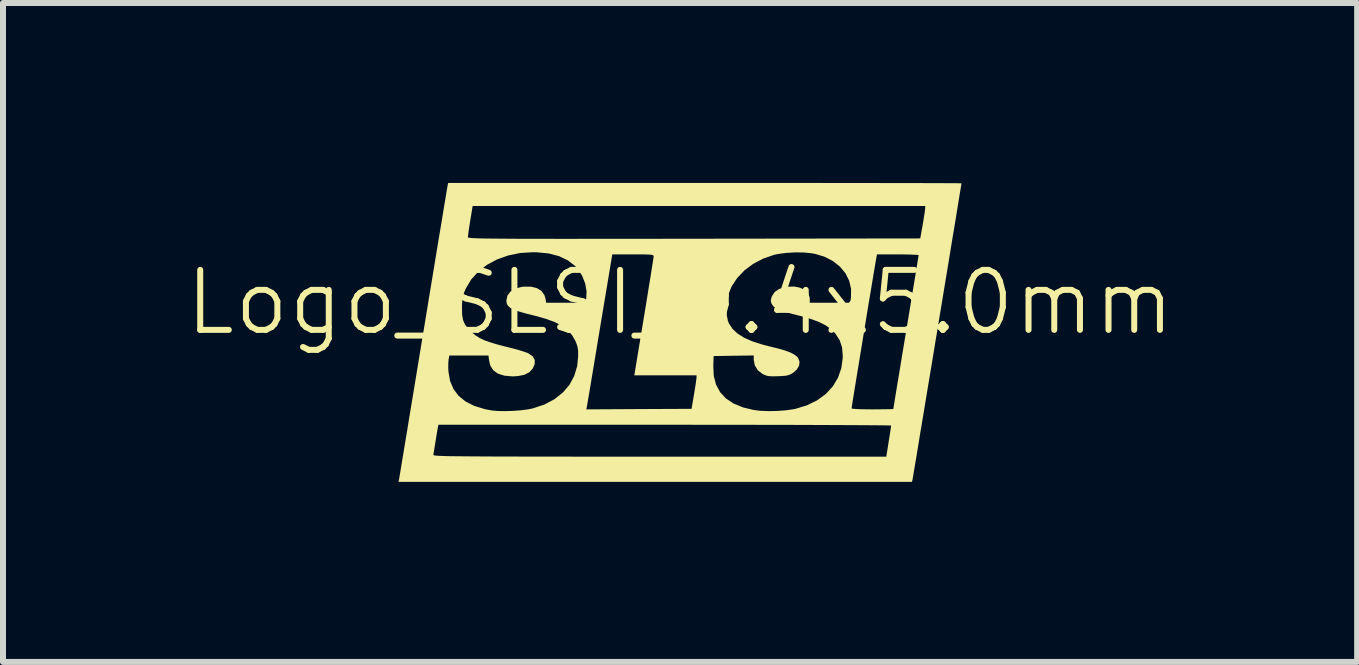
<source format=kicad_pcb>
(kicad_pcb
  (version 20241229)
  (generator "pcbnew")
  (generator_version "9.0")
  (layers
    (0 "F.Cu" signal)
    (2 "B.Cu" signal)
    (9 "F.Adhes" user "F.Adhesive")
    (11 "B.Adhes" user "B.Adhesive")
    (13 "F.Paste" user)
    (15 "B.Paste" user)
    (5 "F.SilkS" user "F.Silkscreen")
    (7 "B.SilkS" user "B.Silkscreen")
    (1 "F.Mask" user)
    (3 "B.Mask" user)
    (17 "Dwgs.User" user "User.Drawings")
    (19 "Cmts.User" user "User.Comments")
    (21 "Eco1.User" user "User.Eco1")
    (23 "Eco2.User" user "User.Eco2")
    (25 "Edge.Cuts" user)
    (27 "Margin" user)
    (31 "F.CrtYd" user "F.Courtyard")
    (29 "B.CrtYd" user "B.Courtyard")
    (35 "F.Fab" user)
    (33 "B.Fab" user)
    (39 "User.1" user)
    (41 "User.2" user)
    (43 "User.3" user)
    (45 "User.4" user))
  (footprint "Logo_SLSI_9.4x5.0mm"
    (layer "F.Cu")
    (at 8.288 2.492)
    (property "Reference" "Logo_SLSI_9.4x5.0mm" (at 0 -0.5 0) (unlocked yes) (layer "F.SilkS") (effects (font (size 1 1) (thickness 0.1))))
    (attr board_only exclude_from_pos_files exclude_from_bom allow_missing_courtyard)
    (fp_poly (pts (xy 0.806 -2.492) (xy 1.19 -2.492) (xy 1.562 -2.492) (xy 1.921 -2.492) (xy 2.266 -2.492) (xy 2.594 -2.491) (xy 2.905 -2.491) (xy 3.196 -2.491) (xy 3.467 -2.49) (xy 3.714 -2.49) (xy 3.938 -2.49) (xy 4.136 -2.489) (xy 4.306 -2.489) (xy 4.447 -2.488) (xy 4.558 -2.488) (xy 4.637 -2.487) (xy 4.681 -2.486) (xy 4.691 -2.486) (xy 4.689 -2.467) (xy 4.68 -2.414) (xy 4.666 -2.33) (xy 4.648 -2.218) (xy 4.625 -2.079) (xy 4.599 -1.917) (xy 4.569 -1.734) (xy 4.535 -1.533) (xy 4.5 -1.316) (xy 4.462 -1.085) (xy 4.422 -0.844) (xy 4.381 -0.595) (xy 4.339 -0.34) (xy 4.296 -0.081) (xy 4.253 0.178) (xy 4.211 0.435) (xy 4.169 0.687) (xy 4.128 0.933) (xy 4.089 1.169) (xy 4.052 1.393) (xy 4.017 1.602) (xy 3.985 1.795) (xy 3.957 1.967) (xy 3.932 2.118) (xy 3.911 2.243) (xy 3.894 2.342) (xy 3.883 2.41) (xy 3.877 2.446) (xy 3.876 2.451) (xy 3.866 2.492) (xy -0.414 2.492) (xy -4.694 2.492) (xy -4.684 2.442) (xy -4.68 2.418) (xy -4.67 2.36) (xy -4.655 2.27) (xy -4.636 2.151) (xy -4.617 2.039) (xy -4.113 2.039) (xy -4.113 2.042) (xy -4.109 2.046) (xy -4.1 2.049) (xy -4.084 2.052) (xy -4.06 2.055) (xy -4.027 2.057) (xy -3.984 2.059) (xy -3.927 2.061) (xy -3.857 2.063) (xy -3.772 2.064) (xy -3.67 2.065) (xy -3.549 2.066) (xy -3.409 2.067) (xy -3.248 2.068) (xy -3.064 2.069) (xy -2.857 2.069) (xy -2.623 2.07) (xy -2.363 2.07) (xy -2.074 2.07) (xy -1.755 2.071) (xy -1.405 2.071) (xy -1.022 2.071) (xy -0.605 2.071) (xy -0.341 2.071) (xy 3.438 2.071) (xy 3.478 1.819) (xy 3.493 1.727) (xy 3.505 1.648) (xy 3.514 1.588) (xy 3.519 1.556) (xy 3.519 1.553) (xy 3.501 1.552) (xy 3.448 1.55) (xy 3.362 1.549) (xy 3.244 1.548) (xy 3.096 1.547) (xy 2.921 1.546) (xy 2.718 1.545) (xy 2.492 1.544) (xy 2.242 1.543) (xy 1.971 1.542) (xy 1.68 1.541) (xy 1.372 1.541) (xy 1.048 1.54) (xy 0.709 1.54) (xy 0.357 1.54) (xy -0.006 1.539) (xy -0.255 1.539) (xy -4.029 1.539) (xy -4.039 1.59) (xy -4.046 1.629) (xy -4.057 1.694) (xy -4.07 1.774) (xy -4.078 1.823) (xy -4.091 1.904) (xy -4.102 1.974) (xy -4.11 2.023) (xy -4.113 2.039) (xy -4.617 2.039) (xy -4.611 2.004) (xy -4.583 1.831) (xy -4.55 1.636) (xy -4.515 1.419) (xy -4.476 1.184) (xy -4.434 0.931) (xy -4.39 0.665) (xy -4.376 0.577) (xy -3.865 0.577) (xy -3.862 0.651) (xy -3.835 0.808) (xy -3.778 0.943) (xy -3.693 1.057) (xy -3.577 1.151) (xy -3.431 1.225) (xy -3.255 1.279) (xy -3.14 1.301) (xy -3.041 1.31) (xy -2.918 1.312) (xy -2.784 1.308) (xy -2.651 1.298) (xy -2.539 1.283) (xy -1.562 1.283) (xy -0.686 1.278) (xy 0.191 1.274) (xy 0.232 1.035) (xy 0.247 0.943) (xy 0.26 0.86) (xy 0.269 0.796) (xy 0.274 0.759) (xy 0.274 0.756) (xy 0.275 0.715) (xy -0.244 0.715) (xy -0.763 0.715) (xy -0.737 0.557) (xy 0.554 0.557) (xy 0.562 0.725) (xy 0.6 0.871) (xy 0.668 0.997) (xy 0.765 1.101) (xy 0.893 1.186) (xy 1.052 1.251) (xy 1.228 1.293) (xy 1.342 1.307) (xy 1.478 1.312) (xy 1.625 1.309) (xy 1.767 1.298) (xy 1.894 1.28) (xy 1.924 1.274) (xy 1.946 1.267) (xy 2.859 1.267) (xy 2.876 1.272) (xy 2.925 1.276) (xy 2.998 1.28) (xy 3.092 1.282) (xy 3.2 1.283) (xy 3.207 1.283) (xy 3.315 1.282) (xy 3.41 1.281) (xy 3.485 1.28) (xy 3.536 1.278) (xy 3.555 1.276) (xy 3.555 1.276) (xy 3.558 1.257) (xy 3.567 1.205) (xy 3.58 1.122) (xy 3.598 1.012) (xy 3.62 0.878) (xy 3.646 0.722) (xy 3.675 0.547) (xy 3.706 0.357) (xy 3.74 0.153) (xy 3.766 -0.003) (xy 3.801 -0.214) (xy 3.834 -0.415) (xy 3.865 -0.602) (xy 3.893 -0.772) (xy 3.918 -0.924) (xy 3.939 -1.052) (xy 3.956 -1.156) (xy 3.968 -1.232) (xy 3.975 -1.276) (xy 3.977 -1.287) (xy 3.959 -1.292) (xy 3.911 -1.295) (xy 3.837 -1.298) (xy 3.744 -1.3) (xy 3.636 -1.301) (xy 3.63 -1.301) (xy 3.283 -1.301) (xy 3.273 -1.251) (xy 3.268 -1.223) (xy 3.258 -1.163) (xy 3.243 -1.075) (xy 3.224 -0.963) (xy 3.202 -0.829) (xy 3.177 -0.678) (xy 3.149 -0.513) (xy 3.12 -0.338) (xy 3.09 -0.156) (xy 3.06 0.029) (xy 3.03 0.214) (xy 3 0.394) (xy 2.972 0.567) (xy 2.945 0.73) (xy 2.921 0.877) (xy 2.9 1.006) (xy 2.883 1.113) (xy 2.87 1.194) (xy 2.862 1.247) (xy 2.859 1.267) (xy 1.946 1.267) (xy 2.117 1.215) (xy 2.285 1.132) (xy 2.429 1.027) (xy 2.545 0.901) (xy 2.632 0.757) (xy 2.688 0.597) (xy 2.712 0.421) (xy 2.712 0.384) (xy 2.7 0.248) (xy 2.661 0.131) (xy 2.593 0.025) (xy 2.572 0.000397) (xy 2.504 -0.064) (xy 2.422 -0.121) (xy 2.32 -0.172) (xy 2.195 -0.219) (xy 2.04 -0.266) (xy 1.933 -0.293) (xy 1.806 -0.326) (xy 1.71 -0.355) (xy 1.639 -0.381) (xy 1.589 -0.408) (xy 1.554 -0.437) (xy 1.53 -0.472) (xy 1.525 -0.481) (xy 1.513 -0.519) (xy 1.516 -0.558) (xy 1.532 -0.604) (xy 1.577 -0.674) (xy 1.65 -0.724) (xy 1.753 -0.755) (xy 1.792 -0.762) (xy 1.902 -0.765) (xy 1.999 -0.746) (xy 2.078 -0.707) (xy 2.134 -0.652) (xy 2.161 -0.582) (xy 2.162 -0.558) (xy 2.162 -0.495) (xy 2.5 -0.495) (xy 2.837 -0.495) (xy 2.849 -0.582) (xy 2.851 -0.726) (xy 2.819 -0.862) (xy 2.757 -0.986) (xy 2.666 -1.096) (xy 2.55 -1.189) (xy 2.411 -1.261) (xy 2.253 -1.309) (xy 2.19 -1.32) (xy 2.059 -1.333) (xy 1.912 -1.334) (xy 1.764 -1.325) (xy 1.63 -1.307) (xy 1.567 -1.293) (xy 1.384 -1.23) (xy 1.218 -1.142) (xy 1.073 -1.034) (xy 0.952 -0.907) (xy 0.859 -0.766) (xy 0.798 -0.614) (xy 0.786 -0.566) (xy 0.774 -0.478) (xy 0.773 -0.38) (xy 0.78 -0.282) (xy 0.796 -0.198) (xy 0.814 -0.15) (xy 0.874 -0.06) (xy 0.958 0.019) (xy 1.067 0.088) (xy 1.205 0.149) (xy 1.375 0.203) (xy 1.487 0.232) (xy 1.633 0.268) (xy 1.748 0.301) (xy 1.835 0.333) (xy 1.899 0.365) (xy 1.944 0.399) (xy 1.967 0.425) (xy 1.992 0.487) (xy 1.984 0.554) (xy 1.946 0.619) (xy 1.884 0.674) (xy 1.843 0.698) (xy 1.803 0.713) (xy 1.753 0.723) (xy 1.683 0.728) (xy 1.632 0.73) (xy 1.546 0.732) (xy 1.486 0.729) (xy 1.441 0.721) (xy 1.401 0.705) (xy 1.376 0.693) (xy 1.297 0.632) (xy 1.246 0.551) (xy 1.228 0.457) (xy 1.228 0.453) (xy 1.228 0.384) (xy 0.893 0.389) (xy 0.559 0.394) (xy 0.554 0.557) (xy -0.737 0.557) (xy -0.602 -0.261) (xy -0.571 -0.446) (xy -0.543 -0.621) (xy -0.517 -0.783) (xy -0.493 -0.927) (xy -0.474 -1.05) (xy -0.458 -1.149) (xy -0.447 -1.221) (xy -0.441 -1.261) (xy -0.44 -1.269) (xy -0.443 -1.28) (xy -0.454 -1.289) (xy -0.478 -1.294) (xy -0.52 -1.298) (xy -0.585 -1.3) (xy -0.678 -1.301) (xy -0.785 -1.301) (xy -1.13 -1.301) (xy -1.337 -0.06) (xy -1.372 0.15) (xy -1.405 0.351) (xy -1.436 0.538) (xy -1.465 0.71) (xy -1.49 0.862) (xy -1.512 0.993) (xy -1.53 1.098) (xy -1.543 1.175) (xy -1.551 1.221) (xy -1.553 1.233) (xy -1.562 1.283) (xy -2.539 1.283) (xy -2.532 1.282) (xy -2.453 1.266) (xy -2.261 1.202) (xy -2.095 1.114) (xy -1.956 1.004) (xy -1.845 0.875) (xy -1.765 0.726) (xy -1.715 0.561) (xy -1.699 0.394) (xy -1.7 0.308) (xy -1.709 0.243) (xy -1.728 0.183) (xy -1.744 0.145) (xy -1.799 0.048) (xy -1.871 -0.035) (xy -1.963 -0.106) (xy -2.079 -0.168) (xy -2.223 -0.222) (xy -2.399 -0.273) (xy -2.445 -0.284) (xy -2.587 -0.32) (xy -2.697 -0.352) (xy -2.778 -0.382) (xy -2.835 -0.413) (xy -2.871 -0.446) (xy -2.89 -0.484) (xy -2.896 -0.529) (xy -2.896 -0.532) (xy -2.879 -0.613) (xy -2.83 -0.679) (xy -2.752 -0.728) (xy -2.646 -0.758) (xy -2.607 -0.763) (xy -2.487 -0.763) (xy -2.388 -0.739) (xy -2.311 -0.692) (xy -2.262 -0.623) (xy -2.245 -0.567) (xy -2.233 -0.495) (xy -1.905 -0.495) (xy -1.578 -0.495) (xy -1.565 -0.561) (xy -1.559 -0.685) (xy -1.582 -0.816) (xy -1.632 -0.943) (xy -1.704 -1.057) (xy -1.749 -1.107) (xy -1.872 -1.202) (xy -2.019 -1.272) (xy -2.191 -1.317) (xy -2.39 -1.336) (xy -2.452 -1.337) (xy -2.666 -1.324) (xy -2.868 -1.282) (xy -3.053 -1.216) (xy -3.22 -1.126) (xy -3.364 -1.014) (xy -3.483 -0.882) (xy -3.572 -0.732) (xy -3.594 -0.682) (xy -3.617 -0.614) (xy -3.63 -0.541) (xy -3.636 -0.451) (xy -3.636 -0.403) (xy -3.633 -0.29) (xy -3.617 -0.202) (xy -3.584 -0.129) (xy -3.531 -0.059) (xy -3.473 -0.002) (xy -3.413 0.047) (xy -3.347 0.09) (xy -3.269 0.128) (xy -3.172 0.163) (xy -3.051 0.2) (xy -2.901 0.239) (xy -2.893 0.241) (xy -2.788 0.267) (xy -2.69 0.294) (xy -2.608 0.319) (xy -2.549 0.34) (xy -2.528 0.349) (xy -2.458 0.398) (xy -2.423 0.458) (xy -2.424 0.528) (xy -2.456 0.601) (xy -2.513 0.664) (xy -2.595 0.706) (xy -2.704 0.728) (xy -2.795 0.733) (xy -2.93 0.721) (xy -3.037 0.687) (xy -3.115 0.63) (xy -3.165 0.55) (xy -3.184 0.469) (xy -3.194 0.385) (xy -3.52 0.385) (xy -3.847 0.385) (xy -3.859 0.451) (xy -3.864 0.504) (xy -3.865 0.577) (xy -4.376 0.577) (xy -4.344 0.385) (xy -4.297 0.096) (xy -4.279 -0.009) (xy -4.231 -0.302) (xy -4.185 -0.584) (xy -4.14 -0.855) (xy -4.097 -1.113) (xy -4.058 -1.354) (xy -4.021 -1.577) (xy -4.019 -1.59) (xy -3.537 -1.59) (xy -3.536 -1.586) (xy -3.531 -1.583) (xy -3.521 -1.579) (xy -3.505 -1.577) (xy -3.481 -1.574) (xy -3.448 -1.572) (xy -3.403 -1.57) (xy -3.347 -1.568) (xy -3.276 -1.566) (xy -3.191 -1.565) (xy -3.088 -1.564) (xy -2.968 -1.563) (xy -2.827 -1.562) (xy -2.666 -1.561) (xy -2.482 -1.561) (xy -2.274 -1.561) (xy -2.041 -1.56) (xy -1.78 -1.56) (xy -1.491 -1.561) (xy -1.172 -1.561) (xy -0.822 -1.561) (xy -0.439 -1.561) (xy -0.021 -1.562) (xy 0.234 -1.562) (xy 4.004 -1.567) (xy 4.045 -1.796) (xy 4.06 -1.887) (xy 4.073 -1.968) (xy 4.082 -2.03) (xy 4.086 -2.065) (xy 4.086 -2.066) (xy 4.087 -2.108) (xy 0.314 -2.108) (xy -3.458 -2.108) (xy -3.498 -1.865) (xy -3.513 -1.772) (xy -3.525 -1.691) (xy -3.533 -1.628) (xy -3.537 -1.593) (xy -3.537 -1.59) (xy -4.019 -1.59) (xy -3.987 -1.779) (xy -3.957 -1.959) (xy -3.932 -2.115) (xy -3.91 -2.243) (xy -3.894 -2.343) (xy -3.882 -2.412) (xy -3.876 -2.447) (xy -3.875 -2.451) (xy -3.866 -2.492) (xy 0.413 -2.492)) (stroke (width 0) (type solid)) (fill yes) (layer "F.SilkS")))
  (gr_rect
    (start -3 -3)
    (end 19.576 7.985)
    (stroke (width 0.1) (type default))
    (fill no)
    (layer "Edge.Cuts")))
</source>
